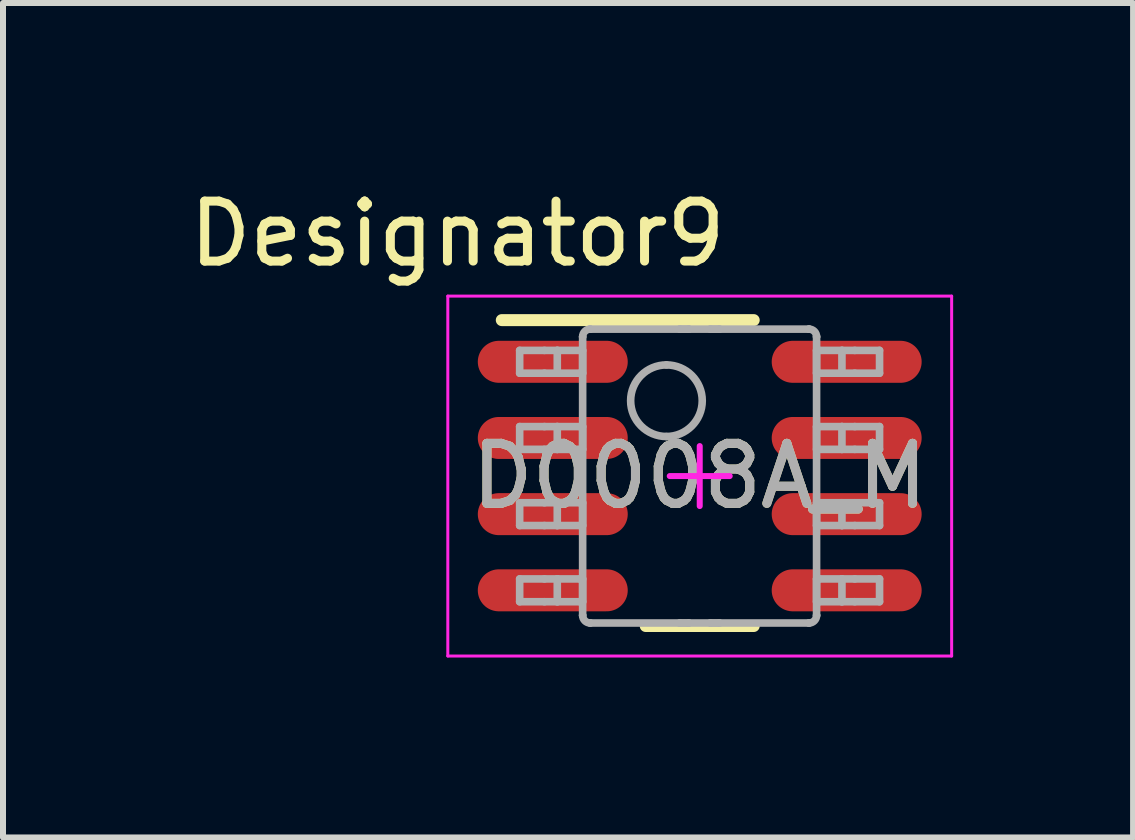
<source format=kicad_pcb>
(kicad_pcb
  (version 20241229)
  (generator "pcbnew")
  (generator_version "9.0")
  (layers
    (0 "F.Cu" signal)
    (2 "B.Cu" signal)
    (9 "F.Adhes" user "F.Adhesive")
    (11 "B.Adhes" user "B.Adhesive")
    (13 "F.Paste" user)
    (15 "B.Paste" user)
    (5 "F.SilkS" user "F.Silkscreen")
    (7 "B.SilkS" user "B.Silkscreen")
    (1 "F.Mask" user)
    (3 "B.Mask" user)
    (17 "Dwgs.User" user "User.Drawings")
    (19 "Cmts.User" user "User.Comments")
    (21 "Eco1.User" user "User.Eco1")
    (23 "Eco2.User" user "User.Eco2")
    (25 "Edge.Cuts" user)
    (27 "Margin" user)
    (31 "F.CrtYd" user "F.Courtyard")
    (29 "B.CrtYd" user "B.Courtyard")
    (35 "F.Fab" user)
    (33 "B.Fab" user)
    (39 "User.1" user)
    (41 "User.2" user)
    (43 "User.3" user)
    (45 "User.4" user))
  (footprint "D0008A_M"
    (layer "F.Cu")
    (at 8.616 4.887)
    (property "Reference" "D0008A_M" (at 0 0 0) (unlocked yes) (layer "F.SilkS") (effects (font (size 1 1) (thickness 0.15))))
    (attr smd)
    (fp_line (start -3.3 -2.6) (end 0.9 -2.6) (stroke (width 0.2) (type solid)) (layer "F.SilkS"))
    (fp_line (start -0.9 2.5) (end 0.9 2.5) (stroke (width 0.2) (type solid)) (layer "F.SilkS"))
    (fp_line (start -4.2 -3) (end 4.2 -3) (stroke (width 0.05) (type solid)) (layer "F.CrtYd"))
    (fp_line (start -4.2 3) (end -4.2 -3) (stroke (width 0.05) (type solid)) (layer "F.CrtYd"))
    (fp_line (start -4.2 3) (end 4.2 3) (stroke (width 0.05) (type solid)) (layer "F.CrtYd"))
    (fp_line (start -0.5 0) (end 0.5 0) (stroke (width 0.1) (type solid)) (layer "F.CrtYd"))
    (fp_line (start 0 0.5) (end 0 -0.5) (stroke (width 0.1) (type solid)) (layer "F.CrtYd"))
    (fp_line (start 4.2 3) (end 4.2 -3) (stroke (width 0.05) (type solid)) (layer "F.CrtYd"))
    (fp_line (start -3.002 -2.095) (end -2.589 -2.095) (stroke (width 0.127) (type solid)) (layer "F.Fab"))
    (fp_line (start -3.002 -1.715) (end -3.002 -2.095) (stroke (width 0.127) (type solid)) (layer "F.Fab"))
    (fp_line (start -3.002 -1.715) (end -2.589 -1.715) (stroke (width 0.127) (type solid)) (layer "F.Fab"))
    (fp_line (start -3.002 -0.825) (end -2.589 -0.825) (stroke (width 0.127) (type solid)) (layer "F.Fab"))
    (fp_line (start -3.002 -0.445) (end -3.002 -0.825) (stroke (width 0.127) (type solid)) (layer "F.Fab"))
    (fp_line (start -3.002 -0.445) (end -2.589 -0.445) (stroke (width 0.127) (type solid)) (layer "F.Fab"))
    (fp_line (start -3.002 0.445) (end -2.589 0.445) (stroke (width 0.127) (type solid)) (layer "F.Fab"))
    (fp_line (start -3.002 0.825) (end -3.002 0.445) (stroke (width 0.127) (type solid)) (layer "F.Fab"))
    (fp_line (start -3.002 0.825) (end -2.589 0.825) (stroke (width 0.127) (type solid)) (layer "F.Fab"))
    (fp_line (start -3.002 1.715) (end -2.589 1.715) (stroke (width 0.127) (type solid)) (layer "F.Fab"))
    (fp_line (start -3.002 2.095) (end -3.002 1.715) (stroke (width 0.127) (type solid)) (layer "F.Fab"))
    (fp_line (start -3.002 2.095) (end -2.589 2.095) (stroke (width 0.127) (type solid)) (layer "F.Fab"))
    (fp_line (start -2.589 -2.095) (end -2.375 -2.095) (stroke (width 0.127) (type solid)) (layer "F.Fab"))
    (fp_line (start -2.589 -1.715) (end -2.375 -1.715) (stroke (width 0.127) (type solid)) (layer "F.Fab"))
    (fp_line (start -2.589 -0.825) (end -2.375 -0.825) (stroke (width 0.127) (type solid)) (layer "F.Fab"))
    (fp_line (start -2.589 -0.445) (end -2.375 -0.445) (stroke (width 0.127) (type solid)) (layer "F.Fab"))
    (fp_line (start -2.589 0.445) (end -2.375 0.445) (stroke (width 0.127) (type solid)) (layer "F.Fab"))
    (fp_line (start -2.589 0.825) (end -2.375 0.825) (stroke (width 0.127) (type solid)) (layer "F.Fab"))
    (fp_line (start -2.589 1.715) (end -2.375 1.715) (stroke (width 0.127) (type solid)) (layer "F.Fab"))
    (fp_line (start -2.589 2.095) (end -2.375 2.095) (stroke (width 0.127) (type solid)) (layer "F.Fab"))
    (fp_line (start -2.375 -2.095) (end -1.995 -2.095) (stroke (width 0.127) (type solid)) (layer "F.Fab"))
    (fp_line (start -2.375 -1.715) (end -2.375 -2.095) (stroke (width 0.127) (type solid)) (layer "F.Fab"))
    (fp_line (start -2.375 -1.715) (end -1.995 -1.715) (stroke (width 0.127) (type solid)) (layer "F.Fab"))
    (fp_line (start -2.375 -0.825) (end -1.995 -0.825) (stroke (width 0.127) (type solid)) (layer "F.Fab"))
    (fp_line (start -2.375 -0.445) (end -2.375 -0.825) (stroke (width 0.127) (type solid)) (layer "F.Fab"))
    (fp_line (start -2.375 -0.445) (end -1.995 -0.445) (stroke (width 0.127) (type solid)) (layer "F.Fab"))
    (fp_line (start -2.375 0.445) (end -1.995 0.445) (stroke (width 0.127) (type solid)) (layer "F.Fab"))
    (fp_line (start -2.375 0.825) (end -2.375 0.445) (stroke (width 0.127) (type solid)) (layer "F.Fab"))
    (fp_line (start -2.375 0.825) (end -1.995 0.825) (stroke (width 0.127) (type solid)) (layer "F.Fab"))
    (fp_line (start -2.375 1.715) (end -1.995 1.715) (stroke (width 0.127) (type solid)) (layer "F.Fab"))
    (fp_line (start -2.375 2.095) (end -2.375 1.715) (stroke (width 0.127) (type solid)) (layer "F.Fab"))
    (fp_line (start -2.375 2.095) (end -1.995 2.095) (stroke (width 0.127) (type solid)) (layer "F.Fab"))
    (fp_line (start -1.995 -2.095) (end -1.952 -2.095) (stroke (width 0.127) (type solid)) (layer "F.Fab"))
    (fp_line (start -1.995 -1.715) (end -1.952 -1.715) (stroke (width 0.127) (type solid)) (layer "F.Fab"))
    (fp_line (start -1.995 -0.825) (end -1.952 -0.825) (stroke (width 0.127) (type solid)) (layer "F.Fab"))
    (fp_line (start -1.995 -0.445) (end -1.952 -0.445) (stroke (width 0.127) (type solid)) (layer "F.Fab"))
    (fp_line (start -1.995 0.445) (end -1.952 0.445) (stroke (width 0.127) (type solid)) (layer "F.Fab"))
    (fp_line (start -1.995 0.825) (end -1.952 0.825) (stroke (width 0.127) (type solid)) (layer "F.Fab"))
    (fp_line (start -1.995 1.715) (end -1.952 1.715) (stroke (width 0.127) (type solid)) (layer "F.Fab"))
    (fp_line (start -1.995 2.095) (end -1.952 2.095) (stroke (width 0.127) (type solid)) (layer "F.Fab"))
    (fp_line (start -1.952 -2.323) (end -1.952 -2.324) (stroke (width 0.127) (type solid)) (layer "F.Fab"))
    (fp_line (start -1.952 -1.715) (end -1.952 -2.095) (stroke (width 0.127) (type solid)) (layer "F.Fab"))
    (fp_line (start -1.952 -0.445) (end -1.952 -0.825) (stroke (width 0.127) (type solid)) (layer "F.Fab"))
    (fp_line (start -1.952 0.825) (end -1.952 0.445) (stroke (width 0.127) (type solid)) (layer "F.Fab"))
    (fp_line (start -1.952 2.095) (end -1.952 1.715) (stroke (width 0.127) (type solid)) (layer "F.Fab"))
    (fp_line (start -1.952 2.323) (end -1.952 -2.323) (stroke (width 0.127) (type solid)) (layer "F.Fab"))
    (fp_line (start -1.952 2.324) (end -1.952 2.323) (stroke (width 0.127) (type solid)) (layer "F.Fab"))
    (fp_line (start -1.826 -2.45) (end -1.825 -2.45) (stroke (width 0.127) (type solid)) (layer "F.Fab"))
    (fp_line (start -1.826 2.45) (end -1.825 2.45) (stroke (width 0.127) (type solid)) (layer "F.Fab"))
    (fp_line (start -1.825 -2.45) (end -0.332 -2.45) (stroke (width 0.127) (type solid)) (layer "F.Fab"))
    (fp_line (start -1.825 2.45) (end -0.332 2.45) (stroke (width 0.127) (type solid)) (layer "F.Fab"))
    (fp_line (start -0.332 -2.45) (end -0.182 -2.45) (stroke (width 0.127) (type solid)) (layer "F.Fab"))
    (fp_line (start -0.332 -2.45) (end -0.182 -2.45) (stroke (width 0.127) (type solid)) (layer "F.Fab"))
    (fp_line (start -0.332 2.45) (end -0.182 2.45) (stroke (width 0.127) (type solid)) (layer "F.Fab"))
    (fp_line (start -0.332 2.45) (end -0.182 2.45) (stroke (width 0.127) (type solid)) (layer "F.Fab"))
    (fp_line (start -0.182 -2.45) (end 0.178 -2.45) (stroke (width 0.127) (type solid)) (layer "F.Fab"))
    (fp_line (start -0.182 2.45) (end 0.178 2.45) (stroke (width 0.127) (type solid)) (layer "F.Fab"))
    (fp_line (start 0.178 -2.45) (end 0.328 -2.45) (stroke (width 0.127) (type solid)) (layer "F.Fab"))
    (fp_line (start 0.178 -2.45) (end 0.328 -2.45) (stroke (width 0.127) (type solid)) (layer "F.Fab"))
    (fp_line (start 0.178 2.45) (end 0.328 2.45) (stroke (width 0.127) (type solid)) (layer "F.Fab"))
    (fp_line (start 0.178 2.45) (end 0.328 2.45) (stroke (width 0.127) (type solid)) (layer "F.Fab"))
    (fp_line (start 0.328 -2.45) (end 1.821 -2.45) (stroke (width 0.127) (type solid)) (layer "F.Fab"))
    (fp_line (start 0.328 2.45) (end 1.821 2.45) (stroke (width 0.127) (type solid)) (layer "F.Fab"))
    (fp_line (start 1.821 -2.45) (end 1.822 -2.45) (stroke (width 0.127) (type solid)) (layer "F.Fab"))
    (fp_line (start 1.821 2.45) (end 1.822 2.45) (stroke (width 0.127) (type solid)) (layer "F.Fab"))
    (fp_line (start 1.948 -2.323) (end 1.948 -2.324) (stroke (width 0.127) (type solid)) (layer "F.Fab"))
    (fp_line (start 1.948 -2.095) (end 1.991 -2.095) (stroke (width 0.127) (type solid)) (layer "F.Fab"))
    (fp_line (start 1.948 -1.715) (end 1.948 -2.095) (stroke (width 0.127) (type solid)) (layer "F.Fab"))
    (fp_line (start 1.948 -1.715) (end 1.991 -1.715) (stroke (width 0.127) (type solid)) (layer "F.Fab"))
    (fp_line (start 1.948 -0.825) (end 1.991 -0.825) (stroke (width 0.127) (type solid)) (layer "F.Fab"))
    (fp_line (start 1.948 -0.445) (end 1.948 -0.825) (stroke (width 0.127) (type solid)) (layer "F.Fab"))
    (fp_line (start 1.948 -0.445) (end 1.991 -0.445) (stroke (width 0.127) (type solid)) (layer "F.Fab"))
    (fp_line (start 1.948 0.445) (end 1.991 0.445) (stroke (width 0.127) (type solid)) (layer "F.Fab"))
    (fp_line (start 1.948 0.825) (end 1.948 0.445) (stroke (width 0.127) (type solid)) (layer "F.Fab"))
    (fp_line (start 1.948 0.825) (end 1.991 0.825) (stroke (width 0.127) (type solid)) (layer "F.Fab"))
    (fp_line (start 1.948 1.715) (end 1.991 1.715) (stroke (width 0.127) (type solid)) (layer "F.Fab"))
    (fp_line (start 1.948 2.095) (end 1.948 1.715) (stroke (width 0.127) (type solid)) (layer "F.Fab"))
    (fp_line (start 1.948 2.095) (end 1.991 2.095) (stroke (width 0.127) (type solid)) (layer "F.Fab"))
    (fp_line (start 1.948 2.323) (end 1.948 -2.323) (stroke (width 0.127) (type solid)) (layer "F.Fab"))
    (fp_line (start 1.948 2.324) (end 1.948 2.323) (stroke (width 0.127) (type solid)) (layer "F.Fab"))
    (fp_line (start 1.991 -2.095) (end 2.371 -2.095) (stroke (width 0.127) (type solid)) (layer "F.Fab"))
    (fp_line (start 1.991 -1.715) (end 2.371 -1.715) (stroke (width 0.127) (type solid)) (layer "F.Fab"))
    (fp_line (start 1.991 -0.825) (end 2.371 -0.825) (stroke (width 0.127) (type solid)) (layer "F.Fab"))
    (fp_line (start 1.991 -0.445) (end 2.371 -0.445) (stroke (width 0.127) (type solid)) (layer "F.Fab"))
    (fp_line (start 1.991 0.445) (end 2.371 0.445) (stroke (width 0.127) (type solid)) (layer "F.Fab"))
    (fp_line (start 1.991 0.825) (end 2.371 0.825) (stroke (width 0.127) (type solid)) (layer "F.Fab"))
    (fp_line (start 1.991 1.715) (end 2.371 1.715) (stroke (width 0.127) (type solid)) (layer "F.Fab"))
    (fp_line (start 1.991 2.095) (end 2.371 2.095) (stroke (width 0.127) (type solid)) (layer "F.Fab"))
    (fp_line (start 2.371 -2.095) (end 2.585 -2.095) (stroke (width 0.127) (type solid)) (layer "F.Fab"))
    (fp_line (start 2.371 -1.715) (end 2.371 -2.095) (stroke (width 0.127) (type solid)) (layer "F.Fab"))
    (fp_line (start 2.371 -1.715) (end 2.585 -1.715) (stroke (width 0.127) (type solid)) (layer "F.Fab"))
    (fp_line (start 2.371 -0.825) (end 2.585 -0.825) (stroke (width 0.127) (type solid)) (layer "F.Fab"))
    (fp_line (start 2.371 -0.445) (end 2.371 -0.825) (stroke (width 0.127) (type solid)) (layer "F.Fab"))
    (fp_line (start 2.371 -0.445) (end 2.585 -0.445) (stroke (width 0.127) (type solid)) (layer "F.Fab"))
    (fp_line (start 2.371 0.445) (end 2.585 0.445) (stroke (width 0.127) (type solid)) (layer "F.Fab"))
    (fp_line (start 2.371 0.825) (end 2.371 0.445) (stroke (width 0.127) (type solid)) (layer "F.Fab"))
    (fp_line (start 2.371 0.825) (end 2.585 0.825) (stroke (width 0.127) (type solid)) (layer "F.Fab"))
    (fp_line (start 2.371 1.715) (end 2.585 1.715) (stroke (width 0.127) (type solid)) (layer "F.Fab"))
    (fp_line (start 2.371 2.095) (end 2.371 1.715) (stroke (width 0.127) (type solid)) (layer "F.Fab"))
    (fp_line (start 2.371 2.095) (end 2.585 2.095) (stroke (width 0.127) (type solid)) (layer "F.Fab"))
    (fp_line (start 2.585 -2.095) (end 2.998 -2.095) (stroke (width 0.127) (type solid)) (layer "F.Fab"))
    (fp_line (start 2.585 -1.715) (end 2.998 -1.715) (stroke (width 0.127) (type solid)) (layer "F.Fab"))
    (fp_line (start 2.585 -0.825) (end 2.998 -0.825) (stroke (width 0.127) (type solid)) (layer "F.Fab"))
    (fp_line (start 2.585 -0.445) (end 2.998 -0.445) (stroke (width 0.127) (type solid)) (layer "F.Fab"))
    (fp_line (start 2.585 0.445) (end 2.998 0.445) (stroke (width 0.127) (type solid)) (layer "F.Fab"))
    (fp_line (start 2.585 0.825) (end 2.998 0.825) (stroke (width 0.127) (type solid)) (layer "F.Fab"))
    (fp_line (start 2.585 1.715) (end 2.998 1.715) (stroke (width 0.127) (type solid)) (layer "F.Fab"))
    (fp_line (start 2.585 2.095) (end 2.998 2.095) (stroke (width 0.127) (type solid)) (layer "F.Fab"))
    (fp_line (start 2.998 -1.715) (end 2.998 -2.095) (stroke (width 0.127) (type solid)) (layer "F.Fab"))
    (fp_line (start 2.998 -0.445) (end 2.998 -0.825) (stroke (width 0.127) (type solid)) (layer "F.Fab"))
    (fp_line (start 2.998 0.825) (end 2.998 0.445) (stroke (width 0.127) (type solid)) (layer "F.Fab"))
    (fp_line (start 2.998 2.095) (end 2.998 1.715) (stroke (width 0.127) (type solid)) (layer "F.Fab"))
    (fp_arc (start -1.952002 -2.323941) (mid -1.914806 -2.412806) (end -1.825941 -2.450002) (stroke (width 0.127) (type solid)) (layer "F.Fab"))
    (fp_arc (start -1.825941 2.449992) (mid -1.914806 2.412795) (end -1.952002 2.323931) (stroke (width 0.127) (type solid)) (layer "F.Fab"))
    (fp_arc (start -0.555 -1.8531) (mid 0.0419 -1.2562) (end -0.555 -0.6593) (stroke (width 0.127) (type solid)) (layer "F.Fab"))
    (fp_arc (start -0.555 -0.6593) (mid -1.1519 -1.2562) (end -0.555 -1.8531) (stroke (width 0.127) (type solid)) (layer "F.Fab"))
    (fp_arc (start 1.821933 -2.450002) (mid 1.910797 -2.412806) (end 1.947994 -2.323941) (stroke (width 0.127) (type solid)) (layer "F.Fab"))
    (fp_arc (start 1.947994 2.323931) (mid 1.910797 2.412795) (end 1.821933 2.449992) (stroke (width 0.127) (type solid)) (layer "F.Fab"))
    (fp_text user "Designator9" (at -4.039 -4.039 0) (unlocked yes) (layer "F.SilkS") (effects (font (size 1 1) (thickness 0.15))))
    (fp_text user "${REFERENCE}" (at 0 0 0) (unlocked yes) (layer "F.Fab") (effects (font (size 1 1) (thickness 0.15))))
    (pad "1" smd oval (at -2.45 -1.905 90) (size 0.7 2.5) (layers "F.Cu" "F.Mask" "F.Paste"))
    (pad "2" smd oval (at -2.45 -0.635 90) (size 0.7 2.5) (layers "F.Cu" "F.Mask" "F.Paste"))
    (pad "3" smd oval (at -2.45 0.635 90) (size 0.7 2.5) (layers "F.Cu" "F.Mask" "F.Paste"))
    (pad "4" smd oval (at -2.45 1.905 90) (size 0.7 2.5) (layers "F.Cu" "F.Mask" "F.Paste"))
    (pad "5" smd oval (at 2.45 1.905 90) (size 0.7 2.5) (layers "F.Cu" "F.Mask" "F.Paste"))
    (pad "6" smd oval (at 2.45 0.635 90) (size 0.7 2.5) (layers "F.Cu" "F.Mask" "F.Paste"))
    (pad "7" smd oval (at 2.45 -0.635 90) (size 0.7 2.5) (layers "F.Cu" "F.Mask" "F.Paste"))
    (pad "8" smd oval (at 2.45 -1.905 90) (size 0.7 2.5) (layers "F.Cu" "F.Mask" "F.Paste")))
  (gr_rect
    (start -3 -3)
    (end 15.841 10.912)
    (stroke (width 0.1) (type default))
    (fill no)
    (layer "Edge.Cuts")))
</source>
